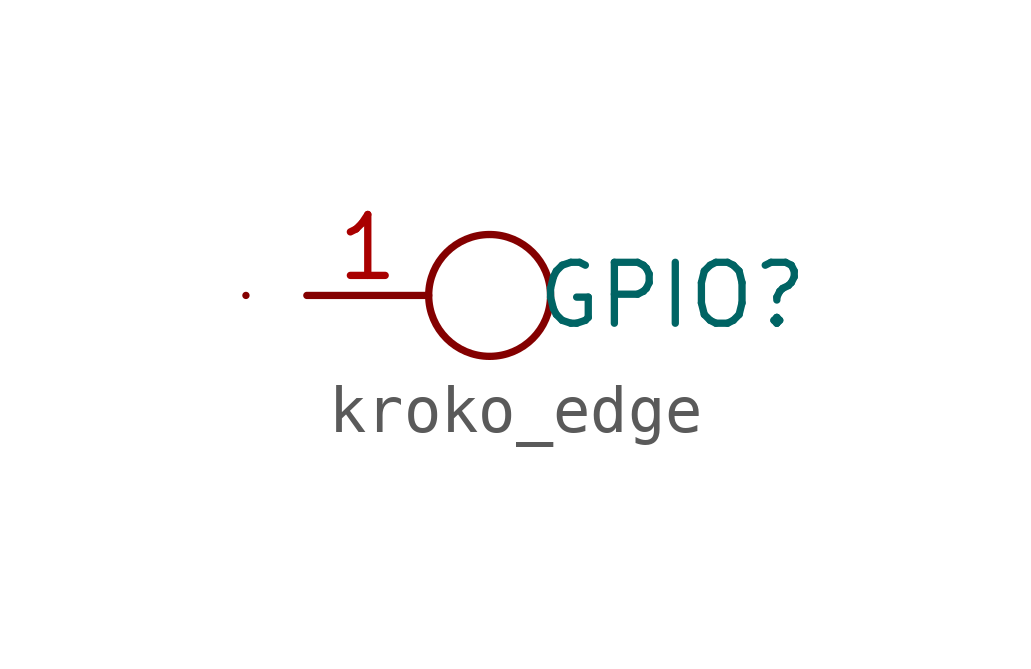
<source format=kicad_sym>
(kicad_symbol_lib
  (version 20231120)
  (generator "kicad_symbol_editor")
  (generator_version "8.0")
  (symbol "kroko_edge"
    (property "Reference" "GPIO"
      (at 5.08 0 0)
      (effects (font (size 1.27 1.27))))
    (symbol "kroko_edge_0_1"
      (rectangle (start -3.81 0) (end -3.81 0) (stroke (width 0) (type default)) (fill (type none)))
      (circle (center 1.27 0) (radius 1.27) (stroke (width 0) (type default)) (fill (type none))))
    (symbol "kroko_edge_1_1"
      (pin passive line (at -2.54 0 0) (length 2.54) (name "1" (effects (font (size 0 0)))) (number "1" (effects (font (size 1.27 1.27))))))))
</source>
